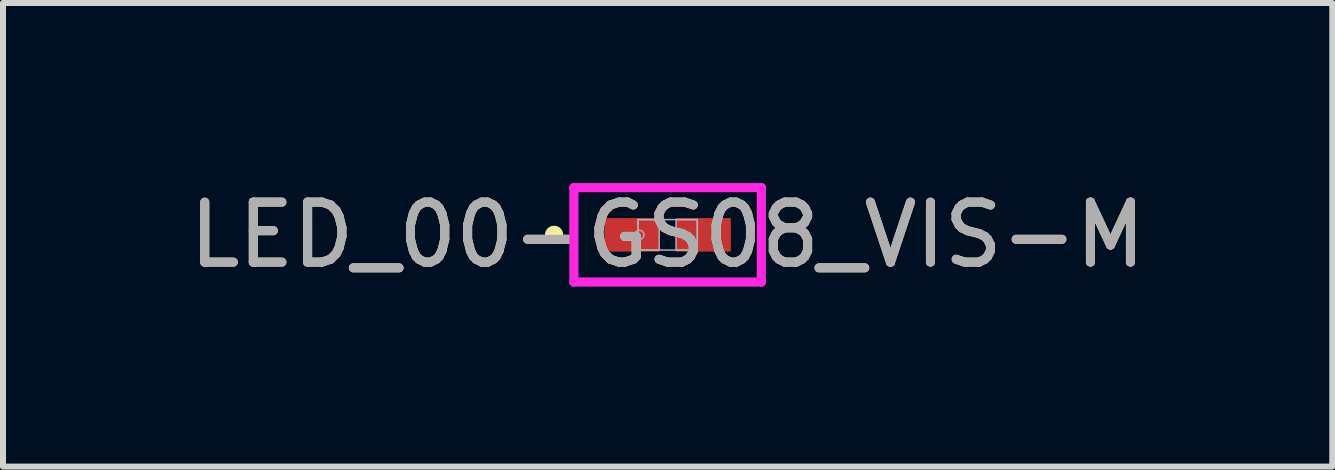
<source format=kicad_pcb>
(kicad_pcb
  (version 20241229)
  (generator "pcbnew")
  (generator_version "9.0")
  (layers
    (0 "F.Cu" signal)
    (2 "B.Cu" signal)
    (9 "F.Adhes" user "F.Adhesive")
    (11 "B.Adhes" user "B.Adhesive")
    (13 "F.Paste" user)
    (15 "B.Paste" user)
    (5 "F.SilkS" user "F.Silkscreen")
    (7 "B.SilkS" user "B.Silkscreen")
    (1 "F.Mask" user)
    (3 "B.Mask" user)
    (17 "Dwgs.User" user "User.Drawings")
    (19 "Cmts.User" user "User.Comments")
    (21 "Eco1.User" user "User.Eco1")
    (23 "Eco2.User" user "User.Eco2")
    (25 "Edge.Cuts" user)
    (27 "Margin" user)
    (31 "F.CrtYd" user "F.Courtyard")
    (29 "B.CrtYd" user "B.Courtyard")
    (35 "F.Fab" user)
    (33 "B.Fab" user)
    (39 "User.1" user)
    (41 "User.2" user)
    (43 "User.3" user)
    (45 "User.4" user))
  (footprint "LED_00-GS08_VIS-M"
    (layer "F.Cu")
    (at 8.077 0.864)
    (property "Reference" "LED_00-GS08_VIS-M" (at 0 0 0) (unlocked yes) (layer "F.SilkS") (effects (font (size 1 1) (thickness 0.15))))
    (attr smd)
    (fp_circle (center -1.892 0) (end -1.816 0) (stroke (width 0.152) (type solid)) (fill no) (layer "F.SilkS"))
    (fp_line (start -1.562 -0.787) (end 1.562 -0.787) (stroke (width 0.152) (type solid)) (layer "F.CrtYd"))
    (fp_line (start -1.562 0.787) (end -1.562 -0.787) (stroke (width 0.152) (type solid)) (layer "F.CrtYd"))
    (fp_line (start 1.562 -0.787) (end 1.562 0.787) (stroke (width 0.152) (type solid)) (layer "F.CrtYd"))
    (fp_line (start 1.562 0.787) (end -1.562 0.787) (stroke (width 0.152) (type solid)) (layer "F.CrtYd"))
    (fp_line (start -0.495 -0.254) (end -0.495 0.254) (stroke (width 0.025) (type solid)) (layer "F.Fab"))
    (fp_line (start -0.495 -0.254) (end -0.495 0.254) (stroke (width 0.025) (type solid)) (layer "F.Fab"))
    (fp_line (start -0.495 0.254) (end -0.14 0.254) (stroke (width 0.025) (type solid)) (layer "F.Fab"))
    (fp_line (start -0.495 0.254) (end 0.495 0.254) (stroke (width 0.025) (type solid)) (layer "F.Fab"))
    (fp_line (start -0.14 -0.254) (end -0.495 -0.254) (stroke (width 0.025) (type solid)) (layer "F.Fab"))
    (fp_line (start -0.14 0.254) (end -0.14 -0.254) (stroke (width 0.025) (type solid)) (layer "F.Fab"))
    (fp_line (start 0.14 -0.254) (end 0.14 0.254) (stroke (width 0.025) (type solid)) (layer "F.Fab"))
    (fp_line (start 0.14 0.254) (end 0.495 0.254) (stroke (width 0.025) (type solid)) (layer "F.Fab"))
    (fp_line (start 0.495 -0.254) (end -0.495 -0.254) (stroke (width 0.025) (type solid)) (layer "F.Fab"))
    (fp_line (start 0.495 -0.254) (end 0.14 -0.254) (stroke (width 0.025) (type solid)) (layer "F.Fab"))
    (fp_line (start 0.495 0.254) (end 0.495 -0.254) (stroke (width 0.025) (type solid)) (layer "F.Fab"))
    (fp_line (start 0.495 0.254) (end 0.495 -0.254) (stroke (width 0.025) (type solid)) (layer "F.Fab"))
    (fp_circle (center -0.47 0) (end -0.394 0) (stroke (width 0.025) (type solid)) (fill no) (layer "F.Fab"))
    (fp_text user "${REFERENCE}" (at 0 0 0) (unlocked yes) (layer "F.Fab") (effects (font (size 1 1) (thickness 0.15))))
    (pad "1" smd rect (at -0.597 0) (size 0.914 0.559) (layers "F.Cu" "F.Mask" "F.Paste"))
    (pad "2" smd rect (at 0.597 0) (size 0.914 0.559) (layers "F.Cu" "F.Mask" "F.Paste"))
    (zone (net_name "") (layer "F.Cu") (hatch full 0.508) (connect_pads) (min_thickness 0.254) (filled_areas_thickness no) (keepout (tracks not_allowed) (vias not_allowed) (pads allowed) (copperpour not_allowed) (footprints allowed)) (placement (enabled no)) (fill) (polygon (pts (xy 7.988 0.66) (xy 8.166 0.66) (xy 8.166 1.067) (xy 7.988 1.067)))))
  (gr_rect
    (start -3 -3)
    (end 19.155 4.727)
    (stroke (width 0.1) (type default))
    (fill no)
    (layer "Edge.Cuts")))
</source>
